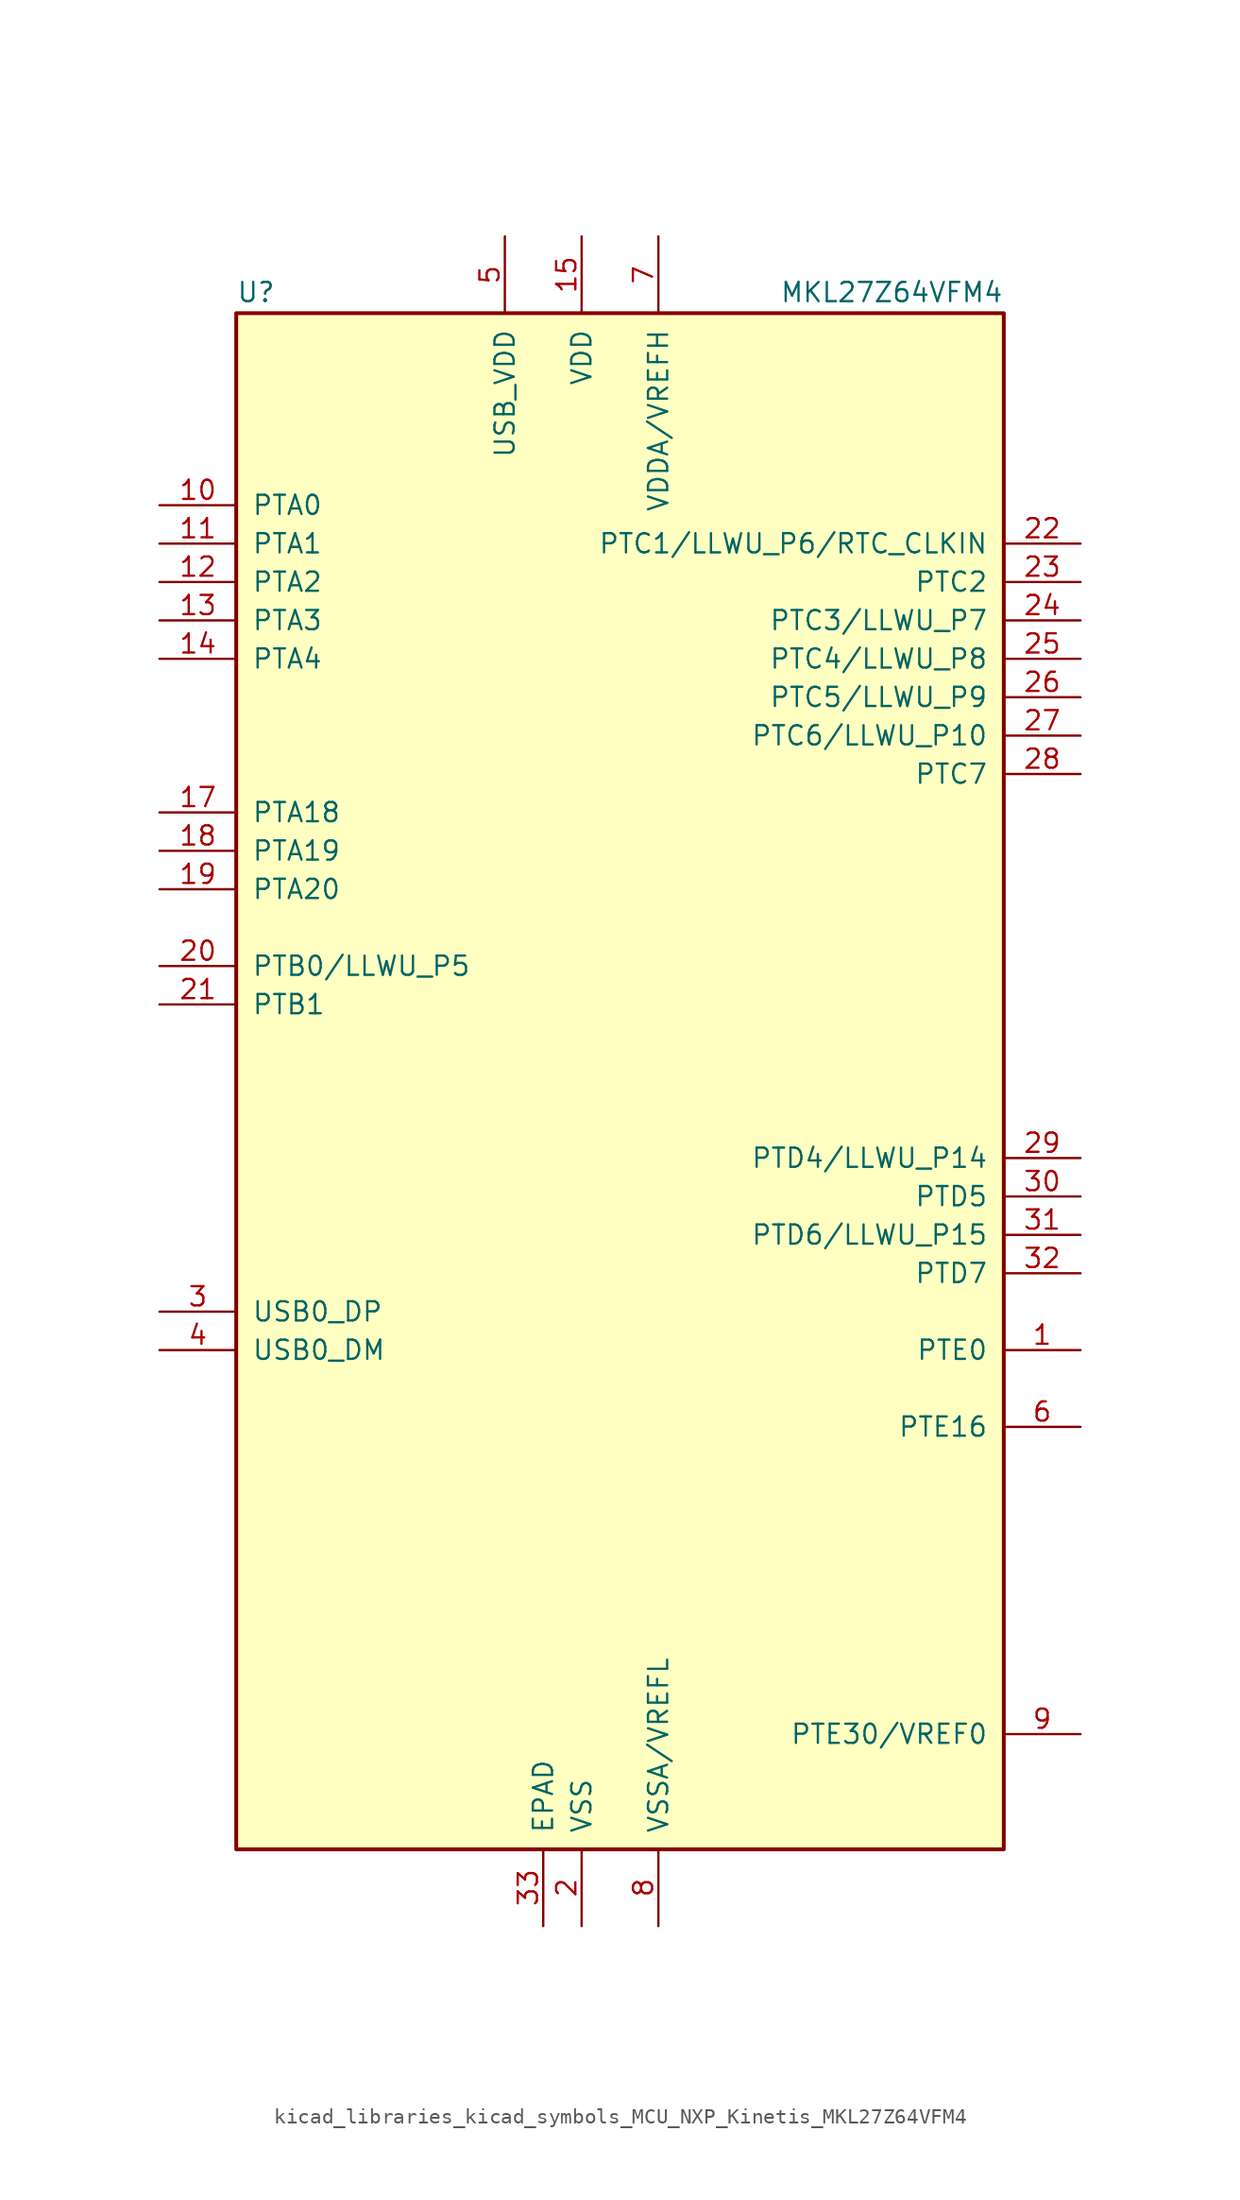
<source format=kicad_sym>
(kicad_symbol_lib
  (version 20220914)
  (generator kicad_symbol_editor)
  (symbol "kicad_libraries_kicad_symbols_MCU_NXP_Kinetis_MKL27Z64VFM4"
    (pin_names
      (offset 1.016))
    (property "Reference" "U"
      (at -25.4 51.435 0)
      (effects (font (size 1.27 1.27)) (justify left bottom)))
    (property "Value" "MKL27Z64VFM4"
      (at 25.4 51.435 0)
      (effects (font (size 1.27 1.27)) (justify right bottom)))
    (symbol "kicad_libraries_kicad_symbols_MCU_NXP_Kinetis_MKL27Z64VFM4_0_1"
      (rectangle (start -25.4 50.8) (end 25.4 -50.8) (stroke (width 0.254) (type default)) (fill (type background))))
    (symbol "kicad_libraries_kicad_symbols_MCU_NXP_Kinetis_MKL27Z64VFM4_1_1"
      (pin bidirectional line (at 30.48 -17.78 180) (length 5.08) (name "PTE0" (effects (font (size 1.27 1.27)))) (number "1" (effects (font (size 1.27 1.27)))))
      (pin bidirectional line (at -30.48 38.1 0) (length 5.08) (name "PTA0" (effects (font (size 1.27 1.27)))) (number "10" (effects (font (size 1.27 1.27)))))
      (pin bidirectional line (at -30.48 35.56 0) (length 5.08) (name "PTA1" (effects (font (size 1.27 1.27)))) (number "11" (effects (font (size 1.27 1.27)))))
      (pin bidirectional line (at -30.48 33.02 0) (length 5.08) (name "PTA2" (effects (font (size 1.27 1.27)))) (number "12" (effects (font (size 1.27 1.27)))))
      (pin bidirectional line (at -30.48 30.48 0) (length 5.08) (name "PTA3" (effects (font (size 1.27 1.27)))) (number "13" (effects (font (size 1.27 1.27)))))
      (pin bidirectional line (at -30.48 27.94 0) (length 5.08) (name "PTA4" (effects (font (size 1.27 1.27)))) (number "14" (effects (font (size 1.27 1.27)))))
      (pin power_in line (at -2.54 55.88 270) (length 5.08) (name "VDD" (effects (font (size 1.27 1.27)))) (number "15" (effects (font (size 1.27 1.27)))))
      (pin passive line (at -2.54 -55.88 90) (length 5.08) hide (name "VSS" (effects (font (size 1.27 1.27)))) (number "16" (effects (font (size 1.27 1.27)))))
      (pin bidirectional line (at -30.48 17.78 0) (length 5.08) (name "PTA18" (effects (font (size 1.27 1.27)))) (number "17" (effects (font (size 1.27 1.27)))))
      (pin bidirectional line (at -30.48 15.24 0) (length 5.08) (name "PTA19" (effects (font (size 1.27 1.27)))) (number "18" (effects (font (size 1.27 1.27)))))
      (pin bidirectional line (at -30.48 12.7 0) (length 5.08) (name "PTA20" (effects (font (size 1.27 1.27)))) (number "19" (effects (font (size 1.27 1.27)))))
      (pin power_in line (at -2.54 -55.88 90) (length 5.08) (name "VSS" (effects (font (size 1.27 1.27)))) (number "2" (effects (font (size 1.27 1.27)))))
      (pin bidirectional line (at -30.48 7.62 0) (length 5.08) (name "PTB0/LLWU_P5" (effects (font (size 1.27 1.27)))) (number "20" (effects (font (size 1.27 1.27)))))
      (pin bidirectional line (at -30.48 5.08 0) (length 5.08) (name "PTB1" (effects (font (size 1.27 1.27)))) (number "21" (effects (font (size 1.27 1.27)))))
      (pin bidirectional line (at 30.48 35.56 180) (length 5.08) (name "PTC1/LLWU_P6/RTC_CLKIN" (effects (font (size 1.27 1.27)))) (number "22" (effects (font (size 1.27 1.27)))))
      (pin bidirectional line (at 30.48 33.02 180) (length 5.08) (name "PTC2" (effects (font (size 1.27 1.27)))) (number "23" (effects (font (size 1.27 1.27)))))
      (pin bidirectional line (at 30.48 30.48 180) (length 5.08) (name "PTC3/LLWU_P7" (effects (font (size 1.27 1.27)))) (number "24" (effects (font (size 1.27 1.27)))))
      (pin bidirectional line (at 30.48 27.94 180) (length 5.08) (name "PTC4/LLWU_P8" (effects (font (size 1.27 1.27)))) (number "25" (effects (font (size 1.27 1.27)))))
      (pin bidirectional line (at 30.48 25.4 180) (length 5.08) (name "PTC5/LLWU_P9" (effects (font (size 1.27 1.27)))) (number "26" (effects (font (size 1.27 1.27)))))
      (pin bidirectional line (at 30.48 22.86 180) (length 5.08) (name "PTC6/LLWU_P10" (effects (font (size 1.27 1.27)))) (number "27" (effects (font (size 1.27 1.27)))))
      (pin bidirectional line (at 30.48 20.32 180) (length 5.08) (name "PTC7" (effects (font (size 1.27 1.27)))) (number "28" (effects (font (size 1.27 1.27)))))
      (pin bidirectional line (at 30.48 -5.08 180) (length 5.08) (name "PTD4/LLWU_P14" (effects (font (size 1.27 1.27)))) (number "29" (effects (font (size 1.27 1.27)))))
      (pin bidirectional line (at -30.48 -15.24 0) (length 5.08) (name "USB0_DP" (effects (font (size 1.27 1.27)))) (number "3" (effects (font (size 1.27 1.27)))))
      (pin bidirectional line (at 30.48 -7.62 180) (length 5.08) (name "PTD5" (effects (font (size 1.27 1.27)))) (number "30" (effects (font (size 1.27 1.27)))))
      (pin bidirectional line (at 30.48 -10.16 180) (length 5.08) (name "PTD6/LLWU_P15" (effects (font (size 1.27 1.27)))) (number "31" (effects (font (size 1.27 1.27)))))
      (pin bidirectional line (at 30.48 -12.7 180) (length 5.08) (name "PTD7" (effects (font (size 1.27 1.27)))) (number "32" (effects (font (size 1.27 1.27)))))
      (pin power_in line (at -5.08 -55.88 90) (length 5.08) (name "EPAD" (effects (font (size 1.27 1.27)))) (number "33" (effects (font (size 1.27 1.27)))))
      (pin bidirectional line (at -30.48 -17.78 0) (length 5.08) (name "USB0_DM" (effects (font (size 1.27 1.27)))) (number "4" (effects (font (size 1.27 1.27)))))
      (pin power_in line (at -7.62 55.88 270) (length 5.08) (name "USB_VDD" (effects (font (size 1.27 1.27)))) (number "5" (effects (font (size 1.27 1.27)))))
      (pin bidirectional line (at 30.48 -22.86 180) (length 5.08) (name "PTE16" (effects (font (size 1.27 1.27)))) (number "6" (effects (font (size 1.27 1.27)))))
      (pin power_in line (at 2.54 55.88 270) (length 5.08) (name "VDDA/VREFH" (effects (font (size 1.27 1.27)))) (number "7" (effects (font (size 1.27 1.27)))))
      (pin power_in line (at 2.54 -55.88 90) (length 5.08) (name "VSSA/VREFL" (effects (font (size 1.27 1.27)))) (number "8" (effects (font (size 1.27 1.27)))))
      (pin bidirectional line (at 30.48 -43.18 180) (length 5.08) (name "PTE30/VREF0" (effects (font (size 1.27 1.27)))) (number "9" (effects (font (size 1.27 1.27))))))))
</source>
